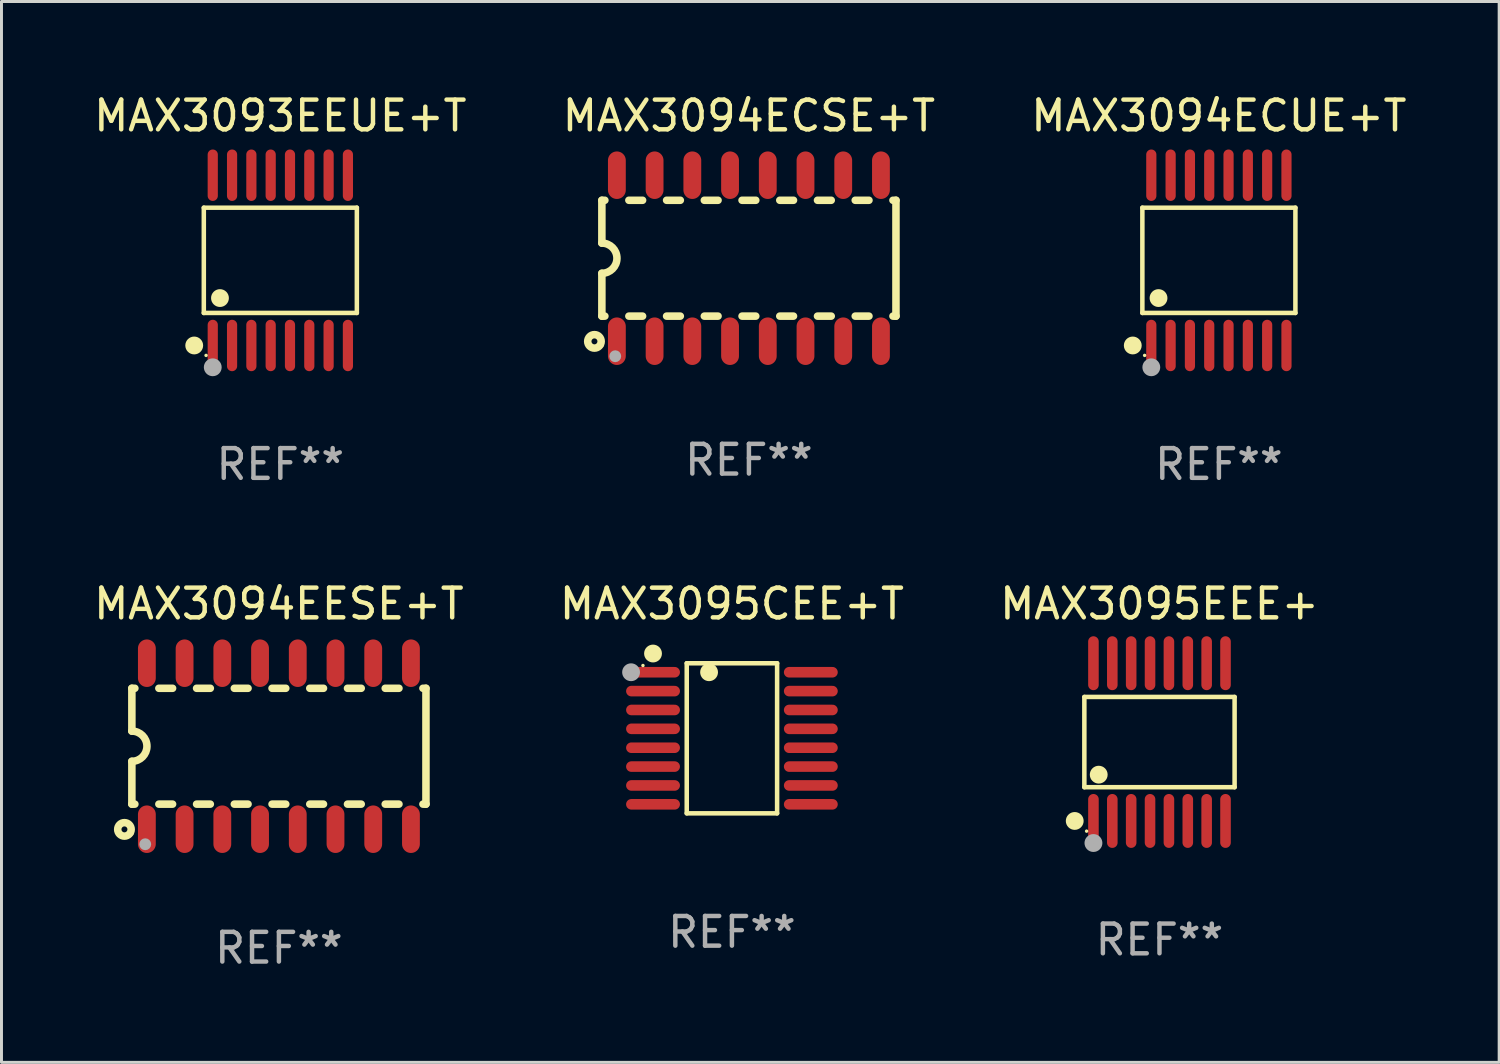
<source format=kicad_pcb>
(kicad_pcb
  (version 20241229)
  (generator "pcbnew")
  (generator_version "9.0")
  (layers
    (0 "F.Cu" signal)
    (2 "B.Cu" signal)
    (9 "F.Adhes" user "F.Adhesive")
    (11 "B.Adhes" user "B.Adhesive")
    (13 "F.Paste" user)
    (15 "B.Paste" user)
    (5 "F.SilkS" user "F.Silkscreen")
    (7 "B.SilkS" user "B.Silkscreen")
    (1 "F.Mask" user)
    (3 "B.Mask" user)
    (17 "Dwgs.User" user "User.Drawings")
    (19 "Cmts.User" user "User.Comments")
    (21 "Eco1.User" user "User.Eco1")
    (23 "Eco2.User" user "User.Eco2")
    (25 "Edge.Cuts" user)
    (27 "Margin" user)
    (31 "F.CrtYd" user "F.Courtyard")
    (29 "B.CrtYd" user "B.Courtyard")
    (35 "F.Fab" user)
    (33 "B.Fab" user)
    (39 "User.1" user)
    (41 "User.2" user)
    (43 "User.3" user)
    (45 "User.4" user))
  (footprint "MAX3094ECSE+T"
    (layer "F.Cu")
    (at 22.161 5.642)
    (property "Reference" "MAX3094ECSE+T" (at 0 -4.794 0) (layer "F.SilkS") (effects (font (size 1 1) (thickness 0.15))))
    (attr through_hole)
    (fp_line (start -4.95 -1.95) (end -4.95 -0.508) (stroke (width 0.254) (type solid)) (layer "F.SilkS"))
    (fp_line (start -4.95 -1.95) (end -4.849 -1.95) (stroke (width 0.254) (type solid)) (layer "F.SilkS"))
    (fp_line (start -4.95 1.95) (end -4.95 0.508) (stroke (width 0.254) (type solid)) (layer "F.SilkS"))
    (fp_line (start -4.95 1.95) (end -4.849 1.95) (stroke (width 0.254) (type solid)) (layer "F.SilkS"))
    (fp_line (start -4.041 -1.95) (end -3.579 -1.95) (stroke (width 0.254) (type solid)) (layer "F.SilkS"))
    (fp_line (start -4.041 1.95) (end -3.579 1.95) (stroke (width 0.254) (type solid)) (layer "F.SilkS"))
    (fp_line (start -2.771 -1.95) (end -2.309 -1.95) (stroke (width 0.254) (type solid)) (layer "F.SilkS"))
    (fp_line (start -2.771 1.95) (end -2.309 1.95) (stroke (width 0.254) (type solid)) (layer "F.SilkS"))
    (fp_line (start -1.501 -1.95) (end -1.039 -1.95) (stroke (width 0.254) (type solid)) (layer "F.SilkS"))
    (fp_line (start -1.501 1.95) (end -1.039 1.95) (stroke (width 0.254) (type solid)) (layer "F.SilkS"))
    (fp_line (start -0.231 -1.95) (end 0.231 -1.95) (stroke (width 0.254) (type solid)) (layer "F.SilkS"))
    (fp_line (start -0.231 1.95) (end 0.231 1.95) (stroke (width 0.254) (type solid)) (layer "F.SilkS"))
    (fp_line (start 1.039 -1.95) (end 1.501 -1.95) (stroke (width 0.254) (type solid)) (layer "F.SilkS"))
    (fp_line (start 1.039 1.95) (end 1.501 1.95) (stroke (width 0.254) (type solid)) (layer "F.SilkS"))
    (fp_line (start 2.309 -1.95) (end 2.771 -1.95) (stroke (width 0.254) (type solid)) (layer "F.SilkS"))
    (fp_line (start 2.309 1.95) (end 2.771 1.95) (stroke (width 0.254) (type solid)) (layer "F.SilkS"))
    (fp_line (start 3.579 -1.95) (end 4.041 -1.95) (stroke (width 0.254) (type solid)) (layer "F.SilkS"))
    (fp_line (start 3.579 1.95) (end 4.041 1.95) (stroke (width 0.254) (type solid)) (layer "F.SilkS"))
    (fp_line (start 4.849 -1.95) (end 4.95 -1.95) (stroke (width 0.254) (type solid)) (layer "F.SilkS"))
    (fp_line (start 4.849 1.95) (end 4.95 1.95) (stroke (width 0.254) (type solid)) (layer "F.SilkS"))
    (fp_line (start 4.95 -1.95) (end 4.95 1.95) (stroke (width 0.254) (type solid)) (layer "F.SilkS"))
    (fp_arc (start -4.95047 -0.508001) (mid -4.442469 -0.000228) (end -4.950013 0.508001) (stroke (width 0.254001) (type solid)) (layer "F.SilkS"))
    (fp_circle (center -5.2 2.8) (end -5.1 2.8) (stroke (width 0.254) (type solid)) (fill no) (layer "F.SilkS"))
    (fp_circle (center -4.95 2.947) (end -4.92 2.947) (stroke (width 0.06) (type solid)) (fill no) (layer "F.SilkS"))
    (fp_circle (center -4.5 3.3) (end -4.4 3.3) (stroke (width 0.2) (type solid)) (fill no) (layer "F.Fab"))
    (fp_text user "REF**" (at 0 6.794 0) (layer "F.Fab") (effects (font (size 1 1) (thickness 0.15))))
    (pad "1" smd oval (at -4.445 2.794) (size 0.6 1.6) (layers "F.Cu" "F.Mask" "F.Paste"))
    (pad "2" smd oval (at -3.175 2.794) (size 0.6 1.6) (layers "F.Cu" "F.Mask" "F.Paste"))
    (pad "3" smd oval (at -1.905 2.794) (size 0.6 1.6) (layers "F.Cu" "F.Mask" "F.Paste"))
    (pad "4" smd oval (at -0.635 2.794) (size 0.6 1.6) (layers "F.Cu" "F.Mask" "F.Paste"))
    (pad "5" smd oval (at 0.635 2.794) (size 0.6 1.6) (layers "F.Cu" "F.Mask" "F.Paste"))
    (pad "6" smd oval (at 1.905 2.794) (size 0.6 1.6) (layers "F.Cu" "F.Mask" "F.Paste"))
    (pad "7" smd oval (at 3.175 2.794) (size 0.6 1.6) (layers "F.Cu" "F.Mask" "F.Paste"))
    (pad "8" smd oval (at 4.445 2.794) (size 0.6 1.6) (layers "F.Cu" "F.Mask" "F.Paste"))
    (pad "9" smd oval (at 4.445 -2.794) (size 0.6 1.6) (layers "F.Cu" "F.Mask" "F.Paste"))
    (pad "10" smd oval (at 3.175 -2.794) (size 0.6 1.6) (layers "F.Cu" "F.Mask" "F.Paste"))
    (pad "11" smd oval (at 1.905 -2.794) (size 0.6 1.6) (layers "F.Cu" "F.Mask" "F.Paste"))
    (pad "12" smd oval (at 0.635 -2.794) (size 0.6 1.6) (layers "F.Cu" "F.Mask" "F.Paste"))
    (pad "13" smd oval (at -0.635 -2.794) (size 0.6 1.6) (layers "F.Cu" "F.Mask" "F.Paste"))
    (pad "14" smd oval (at -1.905 -2.794) (size 0.6 1.6) (layers "F.Cu" "F.Mask" "F.Paste"))
    (pad "15" smd oval (at -3.175 -2.794) (size 0.6 1.6) (layers "F.Cu" "F.Mask" "F.Paste"))
    (pad "16" smd oval (at -4.445 -2.794) (size 0.6 1.6) (layers "F.Cu" "F.Mask" "F.Paste")))
  (footprint "MAX3094EESE+T"
    (layer "F.Cu")
    (at 6.339 22.07)
    (property "Reference" "MAX3094EESE+T" (at 0 -4.794 0) (layer "F.SilkS") (effects (font (size 1 1) (thickness 0.15))))
    (attr through_hole)
    (fp_line (start -4.95 -1.95) (end -4.95 -0.508) (stroke (width 0.254) (type solid)) (layer "F.SilkS"))
    (fp_line (start -4.95 -1.95) (end -4.849 -1.95) (stroke (width 0.254) (type solid)) (layer "F.SilkS"))
    (fp_line (start -4.95 1.95) (end -4.95 0.508) (stroke (width 0.254) (type solid)) (layer "F.SilkS"))
    (fp_line (start -4.95 1.95) (end -4.849 1.95) (stroke (width 0.254) (type solid)) (layer "F.SilkS"))
    (fp_line (start -4.041 -1.95) (end -3.579 -1.95) (stroke (width 0.254) (type solid)) (layer "F.SilkS"))
    (fp_line (start -4.041 1.95) (end -3.579 1.95) (stroke (width 0.254) (type solid)) (layer "F.SilkS"))
    (fp_line (start -2.771 -1.95) (end -2.309 -1.95) (stroke (width 0.254) (type solid)) (layer "F.SilkS"))
    (fp_line (start -2.771 1.95) (end -2.309 1.95) (stroke (width 0.254) (type solid)) (layer "F.SilkS"))
    (fp_line (start -1.501 -1.95) (end -1.039 -1.95) (stroke (width 0.254) (type solid)) (layer "F.SilkS"))
    (fp_line (start -1.501 1.95) (end -1.039 1.95) (stroke (width 0.254) (type solid)) (layer "F.SilkS"))
    (fp_line (start -0.231 -1.95) (end 0.231 -1.95) (stroke (width 0.254) (type solid)) (layer "F.SilkS"))
    (fp_line (start -0.231 1.95) (end 0.231 1.95) (stroke (width 0.254) (type solid)) (layer "F.SilkS"))
    (fp_line (start 1.039 -1.95) (end 1.501 -1.95) (stroke (width 0.254) (type solid)) (layer "F.SilkS"))
    (fp_line (start 1.039 1.95) (end 1.501 1.95) (stroke (width 0.254) (type solid)) (layer "F.SilkS"))
    (fp_line (start 2.309 -1.95) (end 2.771 -1.95) (stroke (width 0.254) (type solid)) (layer "F.SilkS"))
    (fp_line (start 2.309 1.95) (end 2.771 1.95) (stroke (width 0.254) (type solid)) (layer "F.SilkS"))
    (fp_line (start 3.579 -1.95) (end 4.041 -1.95) (stroke (width 0.254) (type solid)) (layer "F.SilkS"))
    (fp_line (start 3.579 1.95) (end 4.041 1.95) (stroke (width 0.254) (type solid)) (layer "F.SilkS"))
    (fp_line (start 4.849 -1.95) (end 4.95 -1.95) (stroke (width 0.254) (type solid)) (layer "F.SilkS"))
    (fp_line (start 4.849 1.95) (end 4.95 1.95) (stroke (width 0.254) (type solid)) (layer "F.SilkS"))
    (fp_line (start 4.95 -1.95) (end 4.95 1.95) (stroke (width 0.254) (type solid)) (layer "F.SilkS"))
    (fp_arc (start -4.95047 -0.508001) (mid -4.442469 -0.000228) (end -4.950013 0.508001) (stroke (width 0.254001) (type solid)) (layer "F.SilkS"))
    (fp_circle (center -5.2 2.8) (end -5.1 2.8) (stroke (width 0.254) (type solid)) (fill no) (layer "F.SilkS"))
    (fp_circle (center -4.95 2.947) (end -4.92 2.947) (stroke (width 0.06) (type solid)) (fill no) (layer "F.SilkS"))
    (fp_circle (center -4.5 3.3) (end -4.4 3.3) (stroke (width 0.2) (type solid)) (fill no) (layer "F.Fab"))
    (fp_text user "REF**" (at 0 6.794 0) (layer "F.Fab") (effects (font (size 1 1) (thickness 0.15))))
    (pad "1" smd oval (at -4.445 2.794) (size 0.6 1.6) (layers "F.Cu" "F.Mask" "F.Paste"))
    (pad "2" smd oval (at -3.175 2.794) (size 0.6 1.6) (layers "F.Cu" "F.Mask" "F.Paste"))
    (pad "3" smd oval (at -1.905 2.794) (size 0.6 1.6) (layers "F.Cu" "F.Mask" "F.Paste"))
    (pad "4" smd oval (at -0.635 2.794) (size 0.6 1.6) (layers "F.Cu" "F.Mask" "F.Paste"))
    (pad "5" smd oval (at 0.635 2.794) (size 0.6 1.6) (layers "F.Cu" "F.Mask" "F.Paste"))
    (pad "6" smd oval (at 1.905 2.794) (size 0.6 1.6) (layers "F.Cu" "F.Mask" "F.Paste"))
    (pad "7" smd oval (at 3.175 2.794) (size 0.6 1.6) (layers "F.Cu" "F.Mask" "F.Paste"))
    (pad "8" smd oval (at 4.445 2.794) (size 0.6 1.6) (layers "F.Cu" "F.Mask" "F.Paste"))
    (pad "9" smd oval (at 4.445 -2.794) (size 0.6 1.6) (layers "F.Cu" "F.Mask" "F.Paste"))
    (pad "10" smd oval (at 3.175 -2.794) (size 0.6 1.6) (layers "F.Cu" "F.Mask" "F.Paste"))
    (pad "11" smd oval (at 1.905 -2.794) (size 0.6 1.6) (layers "F.Cu" "F.Mask" "F.Paste"))
    (pad "12" smd oval (at 0.635 -2.794) (size 0.6 1.6) (layers "F.Cu" "F.Mask" "F.Paste"))
    (pad "13" smd oval (at -0.635 -2.794) (size 0.6 1.6) (layers "F.Cu" "F.Mask" "F.Paste"))
    (pad "14" smd oval (at -1.905 -2.794) (size 0.6 1.6) (layers "F.Cu" "F.Mask" "F.Paste"))
    (pad "15" smd oval (at -3.175 -2.794) (size 0.6 1.6) (layers "F.Cu" "F.Mask" "F.Paste"))
    (pad "16" smd oval (at -4.445 -2.794) (size 0.6 1.6) (layers "F.Cu" "F.Mask" "F.Paste")))
  (footprint "MAX3095CEE+T"
    (layer "F.Cu")
    (at 21.589 21.803)
    (property "Reference" "MAX3095CEE+T" (at 0 -4.526 0) (layer "F.SilkS") (effects (font (size 1 1) (thickness 0.15))))
    (attr through_hole)
    (fp_line (start -1.521 -2.526) (end 1.521 -2.526) (stroke (width 0.152) (type solid)) (layer "F.SilkS"))
    (fp_line (start -1.521 2.526) (end -1.521 -2.526) (stroke (width 0.152) (type solid)) (layer "F.SilkS"))
    (fp_line (start 1.521 -2.526) (end 1.521 2.526) (stroke (width 0.152) (type solid)) (layer "F.SilkS"))
    (fp_line (start 1.521 2.526) (end -1.521 2.526) (stroke (width 0.152) (type solid)) (layer "F.SilkS"))
    (fp_circle (center -2.995 -2.45) (end -2.965 -2.45) (stroke (width 0.06) (type solid)) (fill no) (layer "F.SilkS"))
    (fp_circle (center -2.656 -2.853) (end -2.506 -2.853) (stroke (width 0.3) (type solid)) (fill no) (layer "F.SilkS"))
    (fp_circle (center -0.769 -2.223) (end -0.619 -2.223) (stroke (width 0.3) (type solid)) (fill no) (layer "F.SilkS"))
    (fp_circle (center -3.395 -2.223) (end -3.245 -2.223) (stroke (width 0.3) (type solid)) (fill no) (layer "F.Fab"))
    (fp_text user "REF**" (at 0 6.526 0) (layer "F.Fab") (effects (font (size 1 1) (thickness 0.15))))
    (pad "1" smd oval (at -2.656 -2.223 270) (size 0.356 1.813) (layers "F.Cu" "F.Mask" "F.Paste"))
    (pad "2" smd oval (at -2.656 -1.588 270) (size 0.356 1.813) (layers "F.Cu" "F.Mask" "F.Paste"))
    (pad "3" smd oval (at -2.656 -0.953 270) (size 0.356 1.813) (layers "F.Cu" "F.Mask" "F.Paste"))
    (pad "4" smd oval (at -2.656 -0.318 270) (size 0.356 1.813) (layers "F.Cu" "F.Mask" "F.Paste"))
    (pad "5" smd oval (at -2.656 0.318 270) (size 0.356 1.813) (layers "F.Cu" "F.Mask" "F.Paste"))
    (pad "6" smd oval (at -2.656 0.953 270) (size 0.356 1.813) (layers "F.Cu" "F.Mask" "F.Paste"))
    (pad "7" smd oval (at -2.656 1.588 270) (size 0.356 1.813) (layers "F.Cu" "F.Mask" "F.Paste"))
    (pad "8" smd oval (at -2.656 2.223 270) (size 0.356 1.813) (layers "F.Cu" "F.Mask" "F.Paste"))
    (pad "9" smd oval (at 2.656 2.223 270) (size 0.356 1.813) (layers "F.Cu" "F.Mask" "F.Paste"))
    (pad "10" smd oval (at 2.656 1.588 270) (size 0.356 1.813) (layers "F.Cu" "F.Mask" "F.Paste"))
    (pad "11" smd oval (at 2.656 0.953 270) (size 0.356 1.813) (layers "F.Cu" "F.Mask" "F.Paste"))
    (pad "12" smd oval (at 2.656 0.318 270) (size 0.356 1.813) (layers "F.Cu" "F.Mask" "F.Paste"))
    (pad "13" smd oval (at 2.656 -0.318 270) (size 0.356 1.813) (layers "F.Cu" "F.Mask" "F.Paste"))
    (pad "14" smd oval (at 2.656 -0.953 270) (size 0.356 1.813) (layers "F.Cu" "F.Mask" "F.Paste"))
    (pad "15" smd oval (at 2.656 -1.588 270) (size 0.356 1.813) (layers "F.Cu" "F.Mask" "F.Paste"))
    (pad "16" smd oval (at 2.656 -2.223 270) (size 0.356 1.813) (layers "F.Cu" "F.Mask" "F.Paste")))
  (footprint "MAX3094ECUE+T"
    (layer "F.Cu")
    (at 37.982 5.714)
    (property "Reference" "MAX3094ECUE+T" (at 0 -4.866 0) (layer "F.SilkS") (effects (font (size 1 1) (thickness 0.15))))
    (attr through_hole)
    (fp_line (start -2.576 -1.772) (end 2.576 -1.772) (stroke (width 0.152) (type solid)) (layer "F.SilkS"))
    (fp_line (start -2.576 1.771) (end -2.576 -1.772) (stroke (width 0.152) (type solid)) (layer "F.SilkS"))
    (fp_line (start 2.576 -1.772) (end 2.576 1.771) (stroke (width 0.152) (type solid)) (layer "F.SilkS"))
    (fp_line (start 2.576 1.771) (end -2.576 1.771) (stroke (width 0.152) (type solid)) (layer "F.SilkS"))
    (fp_circle (center -2.899 2.866) (end -2.749 2.866) (stroke (width 0.3) (type solid)) (fill no) (layer "F.SilkS"))
    (fp_circle (center -2.5 3.2) (end -2.47 3.2) (stroke (width 0.06) (type solid)) (fill no) (layer "F.SilkS"))
    (fp_circle (center -2.032 1.27) (end -1.882 1.27) (stroke (width 0.3) (type solid)) (fill no) (layer "F.SilkS"))
    (fp_circle (center -2.275 3.6) (end -2.125 3.6) (stroke (width 0.3) (type solid)) (fill no) (layer "F.Fab"))
    (fp_text user "REF**" (at 0 6.866 0) (layer "F.Fab") (effects (font (size 1 1) (thickness 0.15))))
    (pad "1" smd oval (at -2.275 2.866) (size 0.343 1.731) (layers "F.Cu" "F.Mask" "F.Paste"))
    (pad "2" smd oval (at -1.625 2.866) (size 0.343 1.731) (layers "F.Cu" "F.Mask" "F.Paste"))
    (pad "3" smd oval (at -0.975 2.866) (size 0.343 1.731) (layers "F.Cu" "F.Mask" "F.Paste"))
    (pad "4" smd oval (at -0.325 2.866) (size 0.343 1.731) (layers "F.Cu" "F.Mask" "F.Paste"))
    (pad "5" smd oval (at 0.325 2.866) (size 0.343 1.731) (layers "F.Cu" "F.Mask" "F.Paste"))
    (pad "6" smd oval (at 0.975 2.866) (size 0.343 1.731) (layers "F.Cu" "F.Mask" "F.Paste"))
    (pad "7" smd oval (at 1.625 2.866) (size 0.343 1.731) (layers "F.Cu" "F.Mask" "F.Paste"))
    (pad "8" smd oval (at 2.275 2.866) (size 0.343 1.731) (layers "F.Cu" "F.Mask" "F.Paste"))
    (pad "9" smd oval (at 2.275 -2.866) (size 0.343 1.731) (layers "F.Cu" "F.Mask" "F.Paste"))
    (pad "10" smd oval (at 1.625 -2.866) (size 0.343 1.731) (layers "F.Cu" "F.Mask" "F.Paste"))
    (pad "11" smd oval (at 0.975 -2.866) (size 0.343 1.731) (layers "F.Cu" "F.Mask" "F.Paste"))
    (pad "12" smd oval (at 0.325 -2.866) (size 0.343 1.731) (layers "F.Cu" "F.Mask" "F.Paste"))
    (pad "13" smd oval (at -0.325 -2.866) (size 0.343 1.731) (layers "F.Cu" "F.Mask" "F.Paste"))
    (pad "14" smd oval (at -0.975 -2.866) (size 0.343 1.731) (layers "F.Cu" "F.Mask" "F.Paste"))
    (pad "15" smd oval (at -1.625 -2.866) (size 0.343 1.731) (layers "F.Cu" "F.Mask" "F.Paste"))
    (pad "16" smd oval (at -2.275 -2.866) (size 0.343 1.731) (layers "F.Cu" "F.Mask" "F.Paste")))
  (footprint "MAX3095EEE+"
    (layer "F.Cu")
    (at 35.982 21.931)
    (property "Reference" "MAX3095EEE+" (at 0 -4.655 0) (layer "F.SilkS") (effects (font (size 1 1) (thickness 0.15))))
    (attr through_hole)
    (fp_line (start -2.529 -1.519) (end 2.529 -1.519) (stroke (width 0.152) (type solid)) (layer "F.SilkS"))
    (fp_line (start -2.529 1.519) (end -2.529 -1.519) (stroke (width 0.152) (type solid)) (layer "F.SilkS"))
    (fp_line (start 2.529 -1.519) (end 2.529 1.519) (stroke (width 0.152) (type solid)) (layer "F.SilkS"))
    (fp_line (start 2.529 1.519) (end -2.529 1.519) (stroke (width 0.152) (type solid)) (layer "F.SilkS"))
    (fp_circle (center -2.853 2.655) (end -2.703 2.655) (stroke (width 0.3) (type solid)) (fill no) (layer "F.SilkS"))
    (fp_circle (center -2.453 2.998) (end -2.423 2.998) (stroke (width 0.06) (type solid)) (fill no) (layer "F.SilkS"))
    (fp_circle (center -2.045 1.097) (end -1.895 1.097) (stroke (width 0.3) (type solid)) (fill no) (layer "F.SilkS"))
    (fp_circle (center -2.223 3.398) (end -2.072 3.398) (stroke (width 0.3) (type solid)) (fill no) (layer "F.Fab"))
    (fp_text user "REF**" (at 0 6.655 0) (layer "F.Fab") (effects (font (size 1 1) (thickness 0.15))))
    (pad "1" smd oval (at -2.223 2.655) (size 0.356 1.815) (layers "F.Cu" "F.Mask" "F.Paste"))
    (pad "2" smd oval (at -1.588 2.655) (size 0.356 1.815) (layers "F.Cu" "F.Mask" "F.Paste"))
    (pad "3" smd oval (at -0.953 2.655) (size 0.356 1.815) (layers "F.Cu" "F.Mask" "F.Paste"))
    (pad "4" smd oval (at -0.318 2.655) (size 0.356 1.815) (layers "F.Cu" "F.Mask" "F.Paste"))
    (pad "5" smd oval (at 0.318 2.655) (size 0.356 1.815) (layers "F.Cu" "F.Mask" "F.Paste"))
    (pad "6" smd oval (at 0.953 2.655) (size 0.356 1.815) (layers "F.Cu" "F.Mask" "F.Paste"))
    (pad "7" smd oval (at 1.588 2.655) (size 0.356 1.815) (layers "F.Cu" "F.Mask" "F.Paste"))
    (pad "8" smd oval (at 2.223 2.655) (size 0.356 1.815) (layers "F.Cu" "F.Mask" "F.Paste"))
    (pad "9" smd oval (at 2.223 -2.655) (size 0.356 1.815) (layers "F.Cu" "F.Mask" "F.Paste"))
    (pad "10" smd oval (at 1.588 -2.655) (size 0.356 1.815) (layers "F.Cu" "F.Mask" "F.Paste"))
    (pad "11" smd oval (at 0.953 -2.655) (size 0.356 1.815) (layers "F.Cu" "F.Mask" "F.Paste"))
    (pad "12" smd oval (at 0.318 -2.655) (size 0.356 1.815) (layers "F.Cu" "F.Mask" "F.Paste"))
    (pad "13" smd oval (at -0.318 -2.655) (size 0.356 1.815) (layers "F.Cu" "F.Mask" "F.Paste"))
    (pad "14" smd oval (at -0.953 -2.655) (size 0.356 1.815) (layers "F.Cu" "F.Mask" "F.Paste"))
    (pad "15" smd oval (at -1.588 -2.655) (size 0.356 1.815) (layers "F.Cu" "F.Mask" "F.Paste"))
    (pad "16" smd oval (at -2.223 -2.655) (size 0.356 1.815) (layers "F.Cu" "F.Mask" "F.Paste")))
  (footprint "MAX3093EEUE+T"
    (layer "F.Cu")
    (at 6.387 5.714)
    (property "Reference" "MAX3093EEUE+T" (at 0 -4.866 0) (layer "F.SilkS") (effects (font (size 1 1) (thickness 0.15))))
    (attr through_hole)
    (fp_line (start -2.576 -1.772) (end 2.576 -1.772) (stroke (width 0.152) (type solid)) (layer "F.SilkS"))
    (fp_line (start -2.576 1.771) (end -2.576 -1.772) (stroke (width 0.152) (type solid)) (layer "F.SilkS"))
    (fp_line (start 2.576 -1.772) (end 2.576 1.771) (stroke (width 0.152) (type solid)) (layer "F.SilkS"))
    (fp_line (start 2.576 1.771) (end -2.576 1.771) (stroke (width 0.152) (type solid)) (layer "F.SilkS"))
    (fp_circle (center -2.899 2.866) (end -2.749 2.866) (stroke (width 0.3) (type solid)) (fill no) (layer "F.SilkS"))
    (fp_circle (center -2.5 3.2) (end -2.47 3.2) (stroke (width 0.06) (type solid)) (fill no) (layer "F.SilkS"))
    (fp_circle (center -2.032 1.27) (end -1.882 1.27) (stroke (width 0.3) (type solid)) (fill no) (layer "F.SilkS"))
    (fp_circle (center -2.275 3.6) (end -2.125 3.6) (stroke (width 0.3) (type solid)) (fill no) (layer "F.Fab"))
    (fp_text user "REF**" (at 0 6.866 0) (layer "F.Fab") (effects (font (size 1 1) (thickness 0.15))))
    (pad "1" smd oval (at -2.275 2.866) (size 0.343 1.731) (layers "F.Cu" "F.Mask" "F.Paste"))
    (pad "2" smd oval (at -1.625 2.866) (size 0.343 1.731) (layers "F.Cu" "F.Mask" "F.Paste"))
    (pad "3" smd oval (at -0.975 2.866) (size 0.343 1.731) (layers "F.Cu" "F.Mask" "F.Paste"))
    (pad "4" smd oval (at -0.325 2.866) (size 0.343 1.731) (layers "F.Cu" "F.Mask" "F.Paste"))
    (pad "5" smd oval (at 0.325 2.866) (size 0.343 1.731) (layers "F.Cu" "F.Mask" "F.Paste"))
    (pad "6" smd oval (at 0.975 2.866) (size 0.343 1.731) (layers "F.Cu" "F.Mask" "F.Paste"))
    (pad "7" smd oval (at 1.625 2.866) (size 0.343 1.731) (layers "F.Cu" "F.Mask" "F.Paste"))
    (pad "8" smd oval (at 2.275 2.866) (size 0.343 1.731) (layers "F.Cu" "F.Mask" "F.Paste"))
    (pad "9" smd oval (at 2.275 -2.866) (size 0.343 1.731) (layers "F.Cu" "F.Mask" "F.Paste"))
    (pad "10" smd oval (at 1.625 -2.866) (size 0.343 1.731) (layers "F.Cu" "F.Mask" "F.Paste"))
    (pad "11" smd oval (at 0.975 -2.866) (size 0.343 1.731) (layers "F.Cu" "F.Mask" "F.Paste"))
    (pad "12" smd oval (at 0.325 -2.866) (size 0.343 1.731) (layers "F.Cu" "F.Mask" "F.Paste"))
    (pad "13" smd oval (at -0.325 -2.866) (size 0.343 1.731) (layers "F.Cu" "F.Mask" "F.Paste"))
    (pad "14" smd oval (at -0.975 -2.866) (size 0.343 1.731) (layers "F.Cu" "F.Mask" "F.Paste"))
    (pad "15" smd oval (at -1.625 -2.866) (size 0.343 1.731) (layers "F.Cu" "F.Mask" "F.Paste"))
    (pad "16" smd oval (at -2.275 -2.866) (size 0.343 1.731) (layers "F.Cu" "F.Mask" "F.Paste")))
  (gr_rect
    (start -3 -3)
    (end 47.417 32.713)
    (stroke (width 0.1) (type default))
    (fill no)
    (layer "Edge.Cuts")))
</source>
